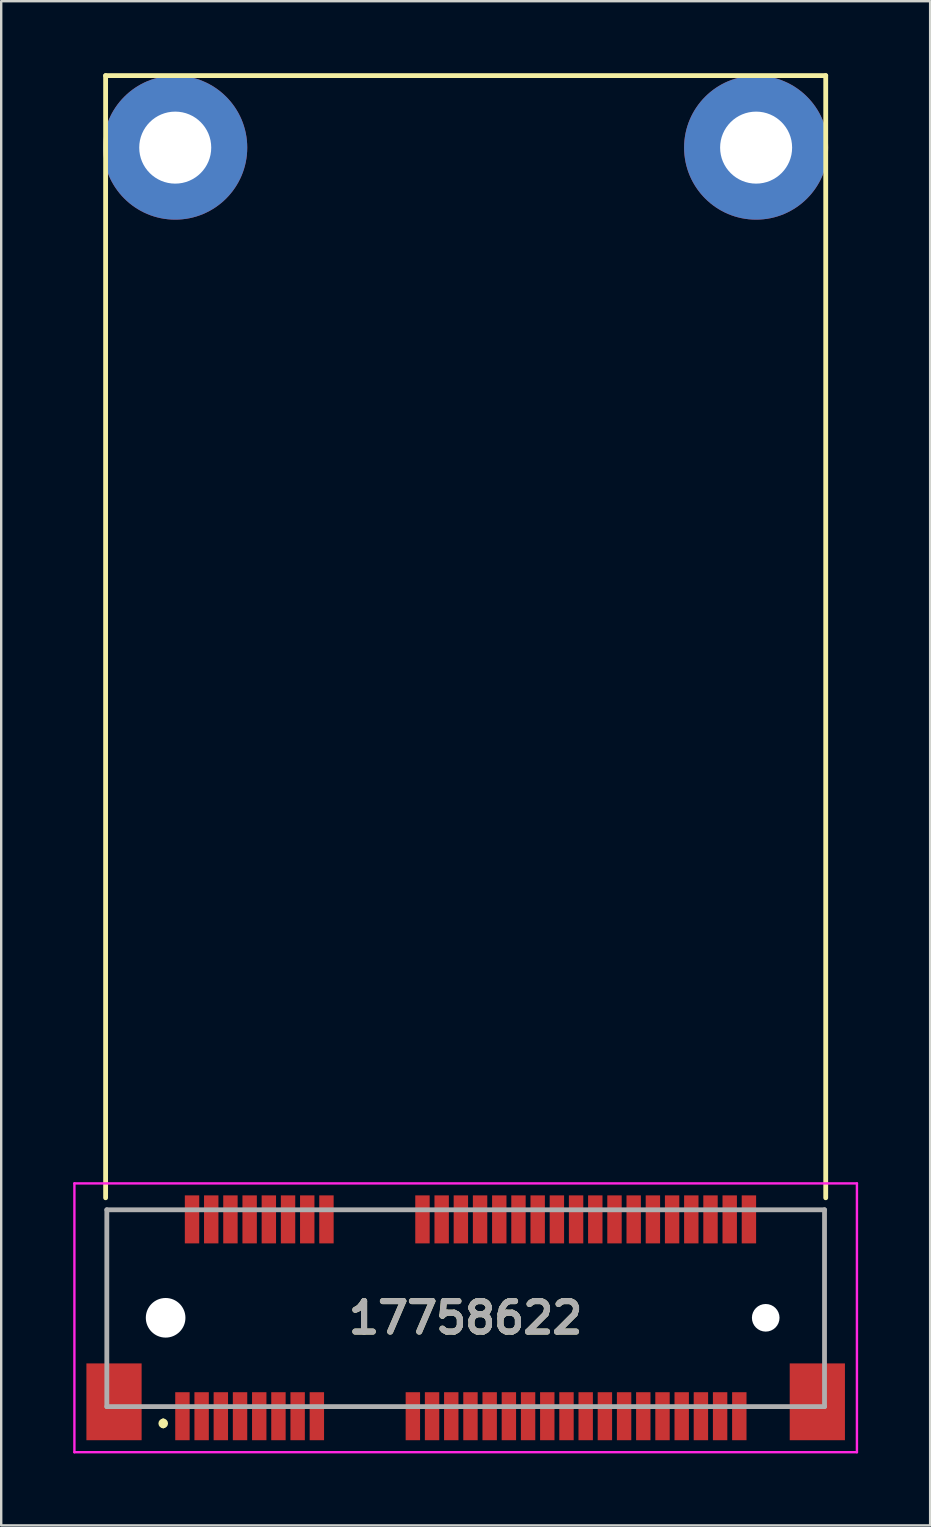
<source format=kicad_pcb>
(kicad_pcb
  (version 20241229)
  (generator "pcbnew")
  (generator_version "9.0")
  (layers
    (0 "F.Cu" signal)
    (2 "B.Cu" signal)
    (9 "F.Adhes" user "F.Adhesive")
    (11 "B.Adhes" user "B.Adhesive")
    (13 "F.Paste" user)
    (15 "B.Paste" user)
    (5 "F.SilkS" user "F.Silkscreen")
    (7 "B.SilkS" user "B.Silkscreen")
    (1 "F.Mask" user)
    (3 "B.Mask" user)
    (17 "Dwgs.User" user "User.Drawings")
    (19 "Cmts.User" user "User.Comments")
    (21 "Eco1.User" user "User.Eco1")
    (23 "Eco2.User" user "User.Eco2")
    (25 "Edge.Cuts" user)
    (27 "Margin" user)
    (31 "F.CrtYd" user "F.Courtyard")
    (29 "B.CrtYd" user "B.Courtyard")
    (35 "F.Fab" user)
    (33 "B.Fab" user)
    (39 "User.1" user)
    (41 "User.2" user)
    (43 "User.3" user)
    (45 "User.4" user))
  (footprint "17758622"
    (layer "F.Cu")
    (at 16.35 51.85)
    (property "Reference" "17758622" (at 0 0 0) (layer "F.SilkS") (effects (font (size 1.27 1.27) (thickness 0.254))))
    (attr through_hole)
    (fp_line (start -15 -51.75) (end 15 -51.75) (stroke (width 0.2) (type solid)) (layer "F.SilkS"))
    (fp_line (start -15 -5) (end -15 -51.75) (stroke (width 0.2) (type solid)) (layer "F.SilkS"))
    (fp_line (start -14.95 -4.5) (end -14.95 1) (stroke (width 0.1) (type solid)) (layer "F.SilkS"))
    (fp_line (start -13.2 3.7) (end -12.5 3.7) (stroke (width 0.1) (type solid)) (layer "F.SilkS"))
    (fp_line (start -12.6 4.3) (end -12.6 4.3) (stroke (width 0.2) (type solid)) (layer "F.SilkS"))
    (fp_line (start -12.6 4.5) (end -12.6 4.5) (stroke (width 0.2) (type solid)) (layer "F.SilkS"))
    (fp_line (start -12.5 -4.5) (end -14.95 -4.5) (stroke (width 0.1) (type solid)) (layer "F.SilkS"))
    (fp_line (start -5.5 -4.5) (end -3 -4.5) (stroke (width 0.1) (type solid)) (layer "F.SilkS"))
    (fp_line (start -5 3.7) (end -3.5 3.7) (stroke (width 0.1) (type solid)) (layer "F.SilkS"))
    (fp_line (start 12 3.7) (end 13.2 3.7) (stroke (width 0.1) (type solid)) (layer "F.SilkS"))
    (fp_line (start 13 -4.5) (end 14.95 -4.5) (stroke (width 0.1) (type solid)) (layer "F.SilkS"))
    (fp_line (start 14.95 -4.5) (end 14.95 1) (stroke (width 0.1) (type solid)) (layer "F.SilkS"))
    (fp_line (start 15 -51.75) (end 15 -5) (stroke (width 0.2) (type solid)) (layer "F.SilkS"))
    (fp_arc (start -12.6 4.3) (mid -12.5 4.4) (end -12.6 4.5) (stroke (width 0.2) (type solid)) (layer "F.SilkS"))
    (fp_arc (start -12.6 4.5) (mid -12.7 4.4) (end -12.6 4.3) (stroke (width 0.2) (type solid)) (layer "F.SilkS"))
    (fp_line (start -16.3 -5.6) (end 16.3 -5.6) (stroke (width 0.1) (type solid)) (layer "F.CrtYd"))
    (fp_line (start -16.3 5.6) (end -16.3 -5.6) (stroke (width 0.1) (type solid)) (layer "F.CrtYd"))
    (fp_line (start 16.3 -5.6) (end 16.3 5.6) (stroke (width 0.1) (type solid)) (layer "F.CrtYd"))
    (fp_line (start 16.3 5.6) (end -16.3 5.6) (stroke (width 0.1) (type solid)) (layer "F.CrtYd"))
    (fp_line (start -14.95 -4.5) (end 14.95 -4.5) (stroke (width 0.2) (type solid)) (layer "F.Fab"))
    (fp_line (start -14.95 3.7) (end -14.95 -4.5) (stroke (width 0.2) (type solid)) (layer "F.Fab"))
    (fp_line (start 14.95 -4.5) (end 14.95 3.7) (stroke (width 0.2) (type solid)) (layer "F.Fab"))
    (fp_line (start 14.95 3.7) (end -14.95 3.7) (stroke (width 0.2) (type solid)) (layer "F.Fab"))
    (fp_text user "${REFERENCE}" (at 0 0 0) (layer "F.Fab") (effects (font (size 1.27 1.27) (thickness 0.254))))
    (pad "" np_thru_hole circle (at -12.5 0) (size 1.65 1.65) (drill 1.65) (layers "*.Cu" "*.Mask"))
    (pad "" np_thru_hole circle (at 12.5 0) (size 1.15 1.15) (drill 1.15) (layers "*.Cu" "*.Mask"))
    (pad "1" smd rect (at -11.8 4.1) (size 0.6 2) (layers "F.Cu" "F.Mask" "F.Paste"))
    (pad "2" smd rect (at -11.4 -4.1) (size 0.6 2) (layers "F.Cu" "F.Mask" "F.Paste"))
    (pad "3" smd rect (at -11 4.1) (size 0.6 2) (layers "F.Cu" "F.Mask" "F.Paste"))
    (pad "4" smd rect (at -10.6 -4.1) (size 0.6 2) (layers "F.Cu" "F.Mask" "F.Paste"))
    (pad "5" smd rect (at -10.2 4.1) (size 0.6 2) (layers "F.Cu" "F.Mask" "F.Paste"))
    (pad "6" smd rect (at -9.8 -4.1) (size 0.6 2) (layers "F.Cu" "F.Mask" "F.Paste"))
    (pad "7" smd rect (at -9.4 4.1) (size 0.6 2) (layers "F.Cu" "F.Mask" "F.Paste"))
    (pad "8" smd rect (at -9 -4.1) (size 0.6 2) (layers "F.Cu" "F.Mask" "F.Paste"))
    (pad "9" smd rect (at -8.6 4.1) (size 0.6 2) (layers "F.Cu" "F.Mask" "F.Paste"))
    (pad "10" smd rect (at -8.2 -4.1) (size 0.6 2) (layers "F.Cu" "F.Mask" "F.Paste"))
    (pad "11" smd rect (at -7.8 4.1) (size 0.6 2) (layers "F.Cu" "F.Mask" "F.Paste"))
    (pad "12" smd rect (at -7.4 -4.1) (size 0.6 2) (layers "F.Cu" "F.Mask" "F.Paste"))
    (pad "13" smd rect (at -7 4.1) (size 0.6 2) (layers "F.Cu" "F.Mask" "F.Paste"))
    (pad "14" smd rect (at -6.6 -4.1) (size 0.6 2) (layers "F.Cu" "F.Mask" "F.Paste"))
    (pad "15" smd rect (at -6.2 4.1) (size 0.6 2) (layers "F.Cu" "F.Mask" "F.Paste"))
    (pad "16" smd rect (at -5.8 -4.1) (size 0.6 2) (layers "F.Cu" "F.Mask" "F.Paste"))
    (pad "17" smd rect (at -2.2 4.1) (size 0.6 2) (layers "F.Cu" "F.Mask" "F.Paste"))
    (pad "18" smd rect (at -1.8 -4.1) (size 0.6 2) (layers "F.Cu" "F.Mask" "F.Paste"))
    (pad "19" smd rect (at -1.4 4.1) (size 0.6 2) (layers "F.Cu" "F.Mask" "F.Paste"))
    (pad "20" smd rect (at -1 -4.1) (size 0.6 2) (layers "F.Cu" "F.Mask" "F.Paste"))
    (pad "21" smd rect (at -0.6 4.1) (size 0.6 2) (layers "F.Cu" "F.Mask" "F.Paste"))
    (pad "22" smd rect (at -0.2 -4.1) (size 0.6 2) (layers "F.Cu" "F.Mask" "F.Paste"))
    (pad "23" smd rect (at 0.2 4.1) (size 0.6 2) (layers "F.Cu" "F.Mask" "F.Paste"))
    (pad "24" smd rect (at 0.6 -4.1) (size 0.6 2) (layers "F.Cu" "F.Mask" "F.Paste"))
    (pad "25" smd rect (at 1 4.1) (size 0.6 2) (layers "F.Cu" "F.Mask" "F.Paste"))
    (pad "26" smd rect (at 1.4 -4.1) (size 0.6 2) (layers "F.Cu" "F.Mask" "F.Paste"))
    (pad "27" smd rect (at 1.8 4.1) (size 0.6 2) (layers "F.Cu" "F.Mask" "F.Paste"))
    (pad "28" smd rect (at 2.2 -4.1) (size 0.6 2) (layers "F.Cu" "F.Mask" "F.Paste"))
    (pad "29" smd rect (at 2.6 4.1) (size 0.6 2) (layers "F.Cu" "F.Mask" "F.Paste"))
    (pad "30" smd rect (at 3 -4.1) (size 0.6 2) (layers "F.Cu" "F.Mask" "F.Paste"))
    (pad "31" smd rect (at 3.4 4.1) (size 0.6 2) (layers "F.Cu" "F.Mask" "F.Paste"))
    (pad "32" smd rect (at 3.8 -4.1) (size 0.6 2) (layers "F.Cu" "F.Mask" "F.Paste"))
    (pad "33" smd rect (at 4.2 4.1) (size 0.6 2) (layers "F.Cu" "F.Mask" "F.Paste"))
    (pad "34" smd rect (at 4.6 -4.1) (size 0.6 2) (layers "F.Cu" "F.Mask" "F.Paste"))
    (pad "35" smd rect (at 5 4.1) (size 0.6 2) (layers "F.Cu" "F.Mask" "F.Paste"))
    (pad "36" smd rect (at 5.4 -4.1) (size 0.6 2) (layers "F.Cu" "F.Mask" "F.Paste"))
    (pad "37" smd rect (at 5.8 4.1) (size 0.6 2) (layers "F.Cu" "F.Mask" "F.Paste"))
    (pad "38" smd rect (at 6.2 -4.1) (size 0.6 2) (layers "F.Cu" "F.Mask" "F.Paste"))
    (pad "39" smd rect (at 6.6 4.1) (size 0.6 2) (layers "F.Cu" "F.Mask" "F.Paste"))
    (pad "40" smd rect (at 7 -4.1) (size 0.6 2) (layers "F.Cu" "F.Mask" "F.Paste"))
    (pad "41" smd rect (at 7.4 4.1) (size 0.6 2) (layers "F.Cu" "F.Mask" "F.Paste"))
    (pad "42" smd rect (at 7.8 -4.1) (size 0.6 2) (layers "F.Cu" "F.Mask" "F.Paste"))
    (pad "43" smd rect (at 8.2 4.1) (size 0.6 2) (layers "F.Cu" "F.Mask" "F.Paste"))
    (pad "44" smd rect (at 8.6 -4.1) (size 0.6 2) (layers "F.Cu" "F.Mask" "F.Paste"))
    (pad "45" smd rect (at 9 4.1) (size 0.6 2) (layers "F.Cu" "F.Mask" "F.Paste"))
    (pad "46" smd rect (at 9.4 -4.1) (size 0.6 2) (layers "F.Cu" "F.Mask" "F.Paste"))
    (pad "47" smd rect (at 9.8 4.1) (size 0.6 2) (layers "F.Cu" "F.Mask" "F.Paste"))
    (pad "48" smd rect (at 10.2 -4.1) (size 0.6 2) (layers "F.Cu" "F.Mask" "F.Paste"))
    (pad "49" smd rect (at 10.6 4.1) (size 0.6 2) (layers "F.Cu" "F.Mask" "F.Paste"))
    (pad "50" smd rect (at 11 -4.1) (size 0.6 2) (layers "F.Cu" "F.Mask" "F.Paste"))
    (pad "51" smd rect (at 11.4 4.1) (size 0.6 2) (layers "F.Cu" "F.Mask" "F.Paste"))
    (pad "52" smd rect (at 11.8 -4.1) (size 0.6 2) (layers "F.Cu" "F.Mask" "F.Paste"))
    (pad "MP1" smd rect (at -14.65 3.5) (size 2.3 3.2) (layers "F.Cu" "F.Mask" "F.Paste"))
    (pad "MP2" smd rect (at 14.65 3.5) (size 2.3 3.2) (layers "F.Cu" "F.Mask" "F.Paste"))
    (pad "MP3" thru_hole circle (at -12.1 -48.75) (size 6 6) (drill 3) (layers "*.Cu" "*.Mask"))
    (pad "MP4" thru_hole circle (at 12.1 -48.75) (size 6 6) (drill 3) (layers "*.Cu" "*.Mask")))
  (gr_rect
    (start -3 -3)
    (end 35.7 60.5)
    (stroke (width 0.1) (type default))
    (fill no)
    (layer "Edge.Cuts")))
</source>
